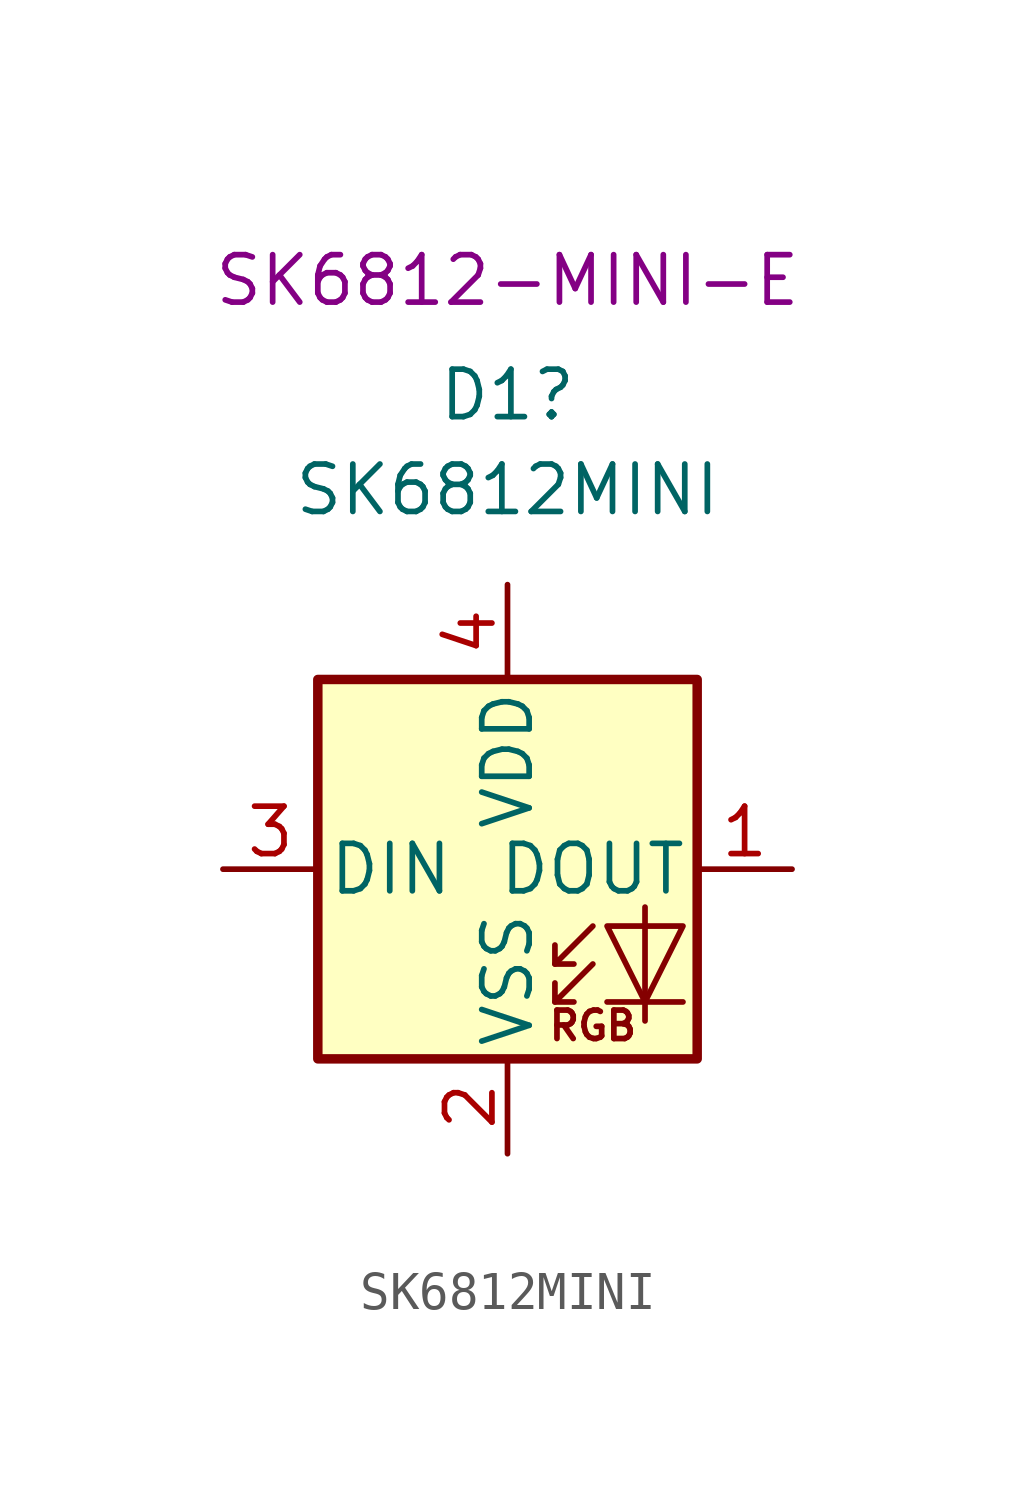
<source format=kicad_sym>
(kicad_symbol_lib
  (version 20211014)
  (generator kicad_symbol_editor)
  (symbol "SK6812MINI"
    (pin_names
      (offset 0.254))
    (property "Reference" "D1"
      (at 0 12.7 0)
      (effects (font (size 1.27 1.27))))
    (property "Value" "SK6812MINI"
      (at 0 10.16 0)
      (effects (font (size 1.27 1.27))))
    (property "Footprint" "SK6812-MINI-E"
      (at 0 16.51 0)
      (effects (font (size 1.27 1.27)) (justify top)))
    (symbol "SK6812MINI_0_0"
      (text "RGB" (at 2.286 -4.191 0) (effects (font (size 0.762 0.762)))))
    (symbol "SK6812MINI_0_1"
      (polyline (pts (xy 1.27 -3.556) (xy 1.778 -3.556)) (stroke (width 0) (type default) (color 0 0 0 0)) (fill (type none)))
      (polyline (pts (xy 1.27 -2.54) (xy 1.778 -2.54)) (stroke (width 0) (type default) (color 0 0 0 0)) (fill (type none)))
      (polyline (pts (xy 4.699 -3.556) (xy 2.667 -3.556)) (stroke (width 0) (type default) (color 0 0 0 0)) (fill (type none)))
      (polyline (pts (xy 2.286 -2.54) (xy 1.27 -3.556) (xy 1.27 -3.048)) (stroke (width 0) (type default) (color 0 0 0 0)) (fill (type none)))
      (polyline (pts (xy 2.286 -1.524) (xy 1.27 -2.54) (xy 1.27 -2.032)) (stroke (width 0) (type default) (color 0 0 0 0)) (fill (type none)))
      (polyline (pts (xy 3.683 -1.016) (xy 3.683 -3.556) (xy 3.683 -4.064)) (stroke (width 0) (type default) (color 0 0 0 0)) (fill (type none)))
      (polyline (pts (xy 4.699 -1.524) (xy 2.667 -1.524) (xy 3.683 -3.556) (xy 4.699 -1.524)) (stroke (width 0) (type default) (color 0 0 0 0)) (fill (type none)))
      (rectangle (start 5.08 5.08) (end -5.08 -5.08) (stroke (width 0.254) (type default) (color 0 0 0 0)) (fill (type background))))
    (symbol "SK6812MINI_1_1"
      (pin output line (at 7.62 0 180) (length 2.54) (name "DOUT" (effects (font (size 1.27 1.27)))) (number "1" (effects (font (size 1.27 1.27)))))
      (pin power_in line (at 0 -7.62 90) (length 2.54) (name "VSS" (effects (font (size 1.27 1.27)))) (number "2" (effects (font (size 1.27 1.27)))))
      (pin input line (at -7.62 0 0) (length 2.54) (name "DIN" (effects (font (size 1.27 1.27)))) (number "3" (effects (font (size 1.27 1.27)))))
      (pin power_in line (at 0 7.62 270) (length 2.54) (name "VDD" (effects (font (size 1.27 1.27)))) (number "4" (effects (font (size 1.27 1.27))))))))
</source>
